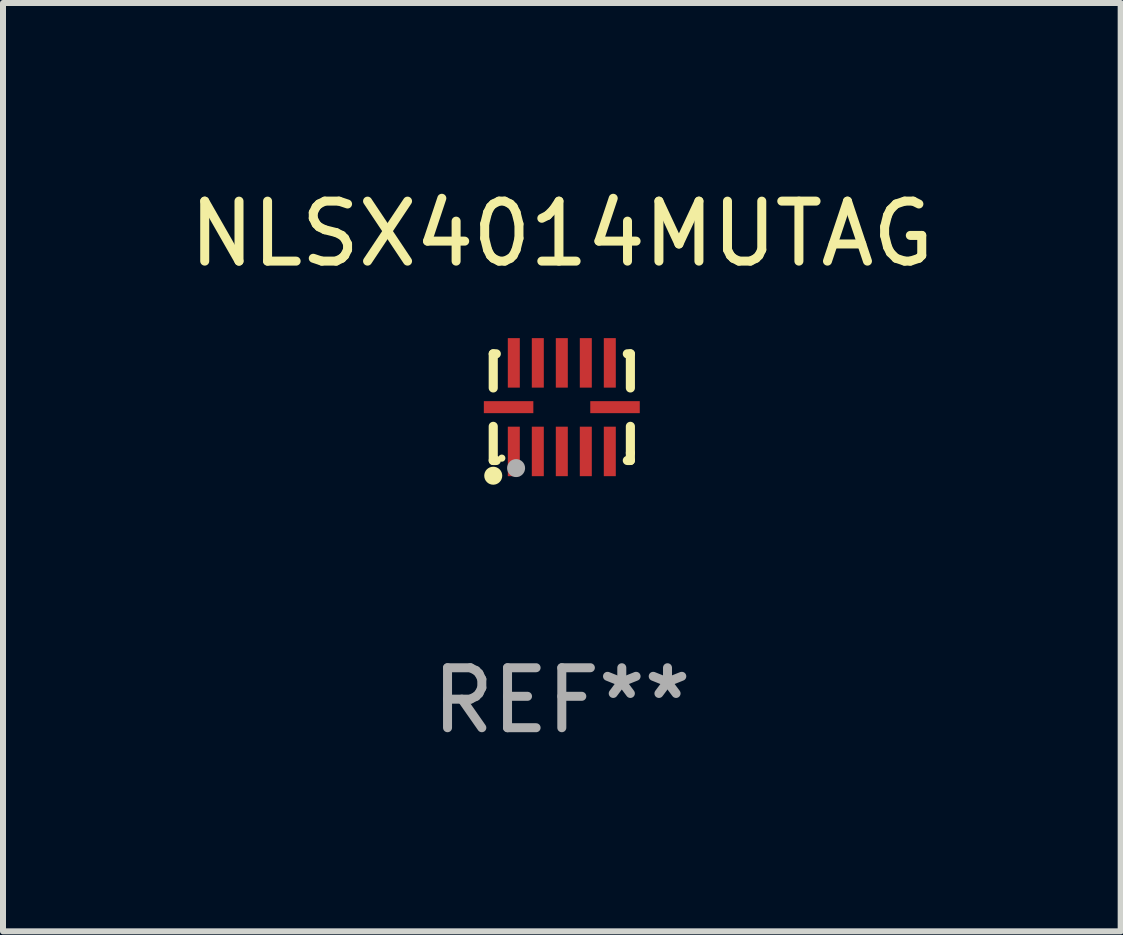
<source format=kicad_pcb>
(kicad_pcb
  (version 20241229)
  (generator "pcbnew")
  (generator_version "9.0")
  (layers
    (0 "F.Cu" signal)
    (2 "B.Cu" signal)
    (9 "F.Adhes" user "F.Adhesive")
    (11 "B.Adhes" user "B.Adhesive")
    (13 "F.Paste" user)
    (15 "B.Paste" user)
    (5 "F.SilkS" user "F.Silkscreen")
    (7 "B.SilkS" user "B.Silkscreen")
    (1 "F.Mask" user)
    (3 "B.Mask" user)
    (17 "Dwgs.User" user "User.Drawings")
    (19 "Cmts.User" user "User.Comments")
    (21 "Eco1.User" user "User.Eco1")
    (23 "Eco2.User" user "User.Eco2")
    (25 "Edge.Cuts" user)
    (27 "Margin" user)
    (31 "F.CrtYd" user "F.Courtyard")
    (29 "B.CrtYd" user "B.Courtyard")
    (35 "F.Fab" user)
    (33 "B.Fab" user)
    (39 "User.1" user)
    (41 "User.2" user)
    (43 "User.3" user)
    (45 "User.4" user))
  (footprint "NLSX4014MUTAG"
    (layer "F.Cu")
    (at 6.315 3.737)
    (property "Reference" "NLSX4014MUTAG" (at 0 -2.889 0) (layer "F.SilkS") (effects (font (size 1 1) (thickness 0.15))))
    (attr through_hole)
    (fp_line (start -1.143 -0.889) (end -1.143 -0.32) (stroke (width 0.152) (type solid)) (layer "F.SilkS"))
    (fp_line (start -1.143 0.32) (end -1.143 0.889) (stroke (width 0.152) (type solid)) (layer "F.SilkS"))
    (fp_line (start -1.143 0.889) (end -1.092 0.889) (stroke (width 0.152) (type solid)) (layer "F.SilkS"))
    (fp_line (start -1.092 -0.889) (end -1.143 -0.889) (stroke (width 0.152) (type solid)) (layer "F.SilkS"))
    (fp_line (start 1.092 0.889) (end 1.143 0.889) (stroke (width 0.152) (type solid)) (layer "F.SilkS"))
    (fp_line (start 1.143 -0.889) (end 1.092 -0.889) (stroke (width 0.152) (type solid)) (layer "F.SilkS"))
    (fp_line (start 1.143 -0.32) (end 1.143 -0.889) (stroke (width 0.152) (type solid)) (layer "F.SilkS"))
    (fp_line (start 1.143 0.762) (end 1.143 0.32) (stroke (width 0.152) (type solid)) (layer "F.SilkS"))
    (fp_line (start 1.143 0.889) (end 1.143 0.762) (stroke (width 0.152) (type solid)) (layer "F.SilkS"))
    (fp_circle (center -1.143 1.143) (end -1.068 1.143) (stroke (width 0.15) (type solid)) (fill no) (layer "F.SilkS"))
    (fp_circle (center -1 0.85) (end -0.97 0.85) (stroke (width 0.06) (type solid)) (fill no) (layer "F.SilkS"))
    (fp_circle (center -0.762 1.016) (end -0.687 1.016) (stroke (width 0.15) (type solid)) (fill no) (layer "F.Fab"))
    (fp_text user "REF**" (at 0 4.889 0) (layer "F.Fab") (effects (font (size 1 1) (thickness 0.15))))
    (pad "1" smd rect (at -0.8 0.738) (size 0.2 0.825) (layers "F.Cu" "F.Mask" "F.Paste"))
    (pad "2" smd rect (at -0.4 0.738) (size 0.2 0.825) (layers "F.Cu" "F.Mask" "F.Paste"))
    (pad "3" smd rect (at 0 0.738) (size 0.2 0.825) (layers "F.Cu" "F.Mask" "F.Paste"))
    (pad "4" smd rect (at 0.4 0.738) (size 0.2 0.825) (layers "F.Cu" "F.Mask" "F.Paste"))
    (pad "5" smd rect (at 0.8 0.738) (size 0.2 0.825) (layers "F.Cu" "F.Mask" "F.Paste"))
    (pad "6" smd rect (at 0.887 0) (size 0.825 0.2) (layers "F.Cu" "F.Mask" "F.Paste"))
    (pad "7" smd rect (at 0.8 -0.738) (size 0.2 0.825) (layers "F.Cu" "F.Mask" "F.Paste"))
    (pad "8" smd rect (at 0.4 -0.738) (size 0.2 0.825) (layers "F.Cu" "F.Mask" "F.Paste"))
    (pad "9" smd rect (at 0 -0.738) (size 0.2 0.825) (layers "F.Cu" "F.Mask" "F.Paste"))
    (pad "10" smd rect (at -0.4 -0.738) (size 0.2 0.825) (layers "F.Cu" "F.Mask" "F.Paste"))
    (pad "11" smd rect (at -0.8 -0.738) (size 0.2 0.825) (layers "F.Cu" "F.Mask" "F.Paste"))
    (pad "12" smd rect (at -0.887 0) (size 0.825 0.2) (layers "F.Cu" "F.Mask" "F.Paste")))
  (gr_rect
    (start -3 -3)
    (end 15.631 12.475)
    (stroke (width 0.1) (type default))
    (fill no)
    (layer "Edge.Cuts")))
</source>
